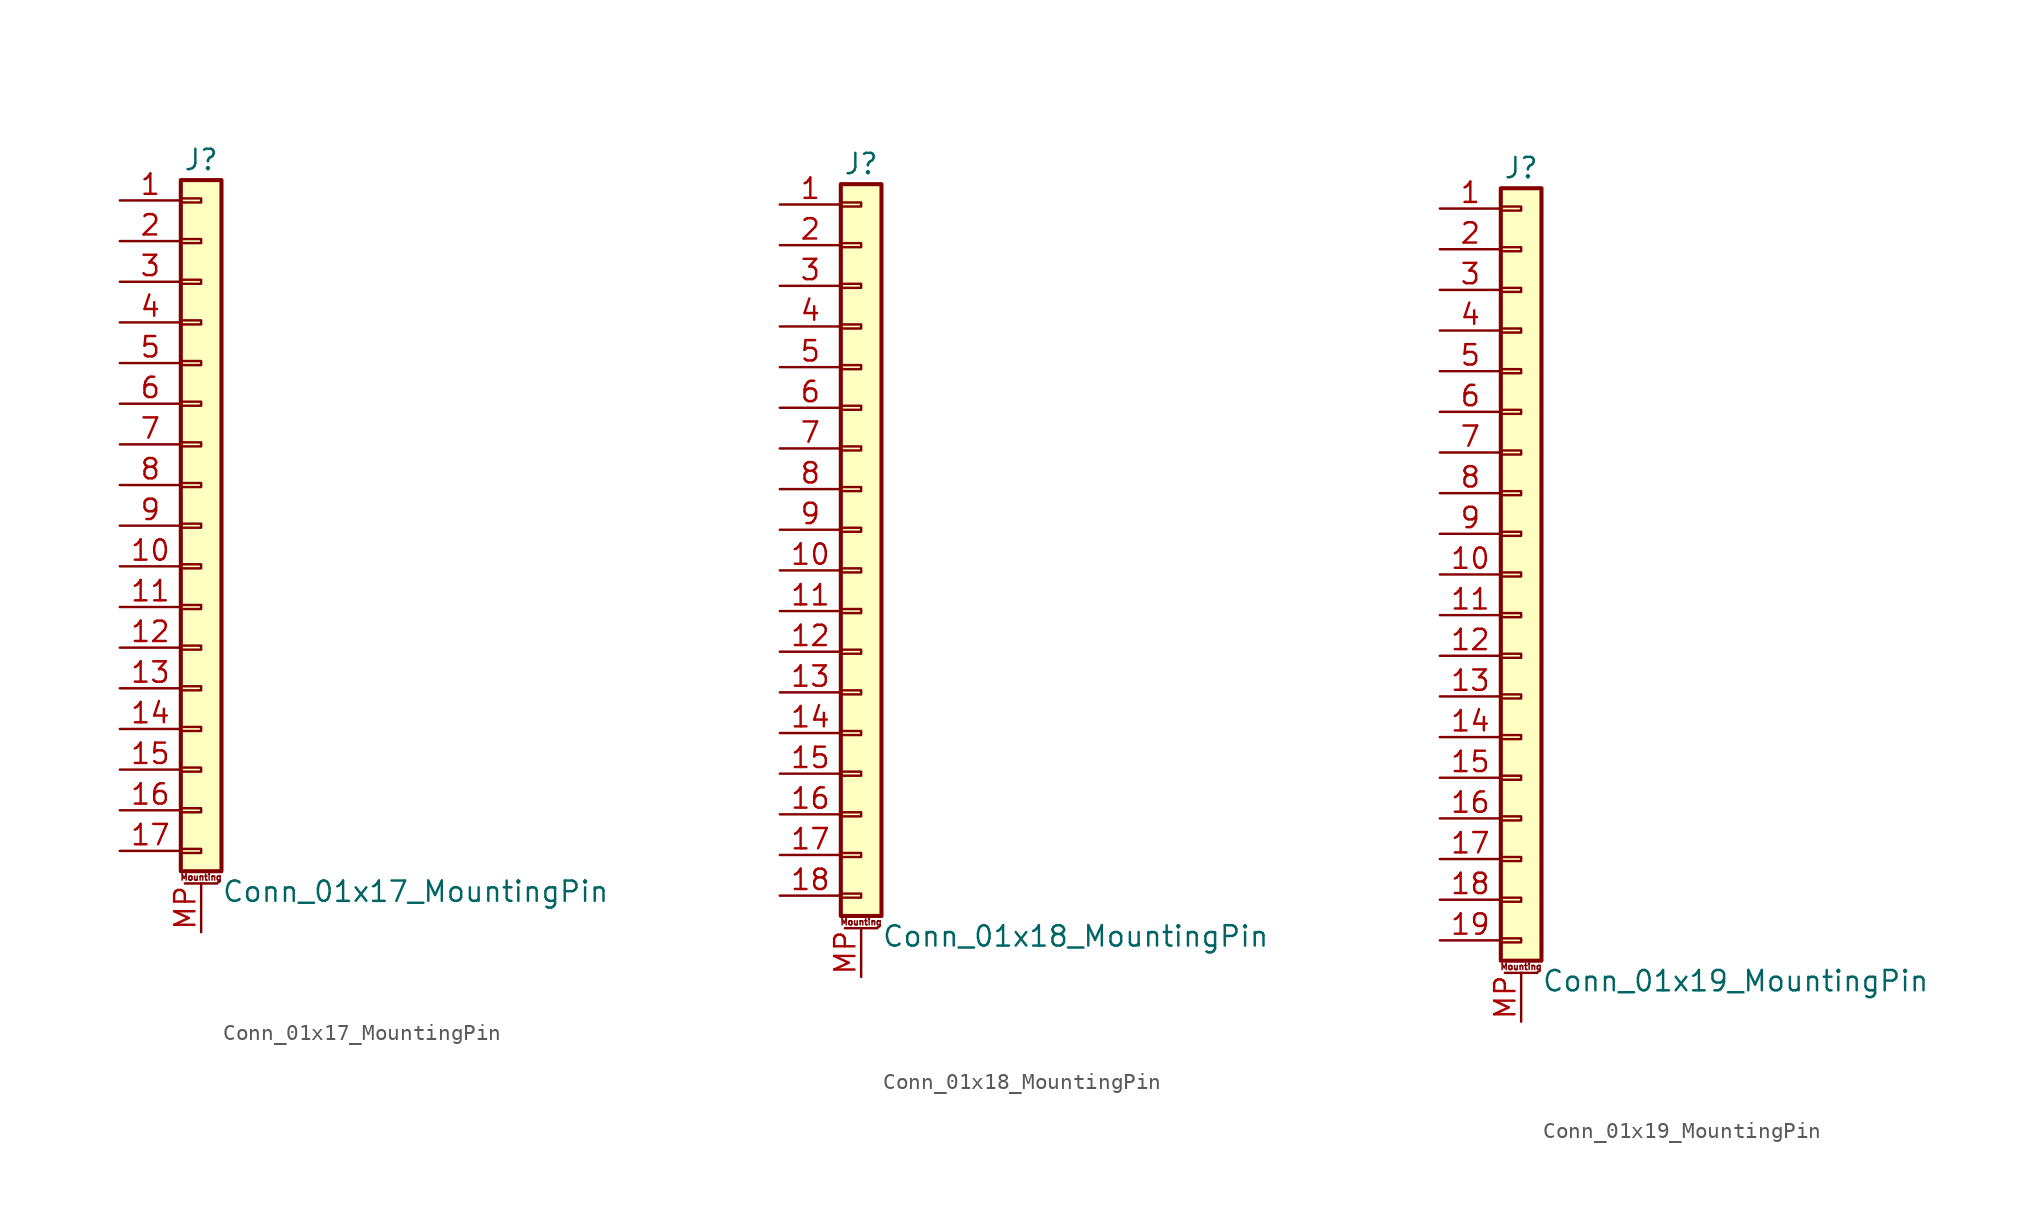
<source format=kicad_sym>
(kicad_symbol_lib
  (version 20201005)
  (generator kicad_symbol_editor)
  (symbol "Conn_01x17_MountingPin"
    (pin_names
      (offset 1.016) hide)
    (property "Reference" "J"
      (at 0 22.86 0)
      (effects (font (size 1.27 1.27))))
    (property "Value" "Conn_01x17_MountingPin"
      (at 1.27 -22.86 0)
      (effects (font (size 1.27 1.27)) (justify left)))
    (symbol "Conn_01x17_MountingPin_1_1"
      (text "Mounting" (at 0 -21.971 0) (effects (font (size 0.381 0.381))))
      (rectangle (start -1.27 -20.193) (end 0 -20.447) (stroke (width 0.152)) (fill (type none)))
      (rectangle (start -1.27 -17.653) (end 0 -17.907) (stroke (width 0.152)) (fill (type none)))
      (rectangle (start -1.27 -15.113) (end 0 -15.367) (stroke (width 0.152)) (fill (type none)))
      (rectangle (start -1.27 -12.573) (end 0 -12.827) (stroke (width 0.152)) (fill (type none)))
      (rectangle (start -1.27 -10.033) (end 0 -10.287) (stroke (width 0.152)) (fill (type none)))
      (rectangle (start -1.27 -7.493) (end 0 -7.747) (stroke (width 0.152)) (fill (type none)))
      (rectangle (start -1.27 -4.953) (end 0 -5.207) (stroke (width 0.152)) (fill (type none)))
      (rectangle (start -1.27 -2.413) (end 0 -2.667) (stroke (width 0.152)) (fill (type none)))
      (rectangle (start -1.27 0.127) (end 0 -0.127) (stroke (width 0.152)) (fill (type none)))
      (rectangle (start -1.27 2.667) (end 0 2.413) (stroke (width 0.152)) (fill (type none)))
      (rectangle (start -1.27 5.207) (end 0 4.953) (stroke (width 0.152)) (fill (type none)))
      (rectangle (start -1.27 7.747) (end 0 7.493) (stroke (width 0.152)) (fill (type none)))
      (rectangle (start -1.27 10.287) (end 0 10.033) (stroke (width 0.152)) (fill (type none)))
      (rectangle (start -1.27 12.827) (end 0 12.573) (stroke (width 0.152)) (fill (type none)))
      (rectangle (start -1.27 15.367) (end 0 15.113) (stroke (width 0.152)) (fill (type none)))
      (rectangle (start -1.27 17.907) (end 0 17.653) (stroke (width 0.152)) (fill (type none)))
      (rectangle (start -1.27 20.447) (end 0 20.193) (stroke (width 0.152)) (fill (type none)))
      (rectangle (start -1.27 21.59) (end 1.27 -21.59) (stroke (width 0.254)) (fill (type background)))
      (polyline (pts (xy -1.016 -22.352) (xy 1.016 -22.352)) (stroke (width 0.152)) (fill (type none)))
      (pin passive line (at -5.08 20.32 0) (length 3.81) (name "Pin_1" (effects (font (size 1.27 1.27)))) (number "1" (effects (font (size 1.27 1.27)))))
      (pin passive line (at -5.08 -2.54 0) (length 3.81) (name "Pin_10" (effects (font (size 1.27 1.27)))) (number "10" (effects (font (size 1.27 1.27)))))
      (pin passive line (at -5.08 -5.08 0) (length 3.81) (name "Pin_11" (effects (font (size 1.27 1.27)))) (number "11" (effects (font (size 1.27 1.27)))))
      (pin passive line (at -5.08 -7.62 0) (length 3.81) (name "Pin_12" (effects (font (size 1.27 1.27)))) (number "12" (effects (font (size 1.27 1.27)))))
      (pin passive line (at -5.08 -10.16 0) (length 3.81) (name "Pin_13" (effects (font (size 1.27 1.27)))) (number "13" (effects (font (size 1.27 1.27)))))
      (pin passive line (at -5.08 -12.7 0) (length 3.81) (name "Pin_14" (effects (font (size 1.27 1.27)))) (number "14" (effects (font (size 1.27 1.27)))))
      (pin passive line (at -5.08 -15.24 0) (length 3.81) (name "Pin_15" (effects (font (size 1.27 1.27)))) (number "15" (effects (font (size 1.27 1.27)))))
      (pin passive line (at -5.08 -17.78 0) (length 3.81) (name "Pin_16" (effects (font (size 1.27 1.27)))) (number "16" (effects (font (size 1.27 1.27)))))
      (pin passive line (at -5.08 -20.32 0) (length 3.81) (name "Pin_17" (effects (font (size 1.27 1.27)))) (number "17" (effects (font (size 1.27 1.27)))))
      (pin passive line (at -5.08 17.78 0) (length 3.81) (name "Pin_2" (effects (font (size 1.27 1.27)))) (number "2" (effects (font (size 1.27 1.27)))))
      (pin passive line (at -5.08 15.24 0) (length 3.81) (name "Pin_3" (effects (font (size 1.27 1.27)))) (number "3" (effects (font (size 1.27 1.27)))))
      (pin passive line (at -5.08 12.7 0) (length 3.81) (name "Pin_4" (effects (font (size 1.27 1.27)))) (number "4" (effects (font (size 1.27 1.27)))))
      (pin passive line (at -5.08 10.16 0) (length 3.81) (name "Pin_5" (effects (font (size 1.27 1.27)))) (number "5" (effects (font (size 1.27 1.27)))))
      (pin passive line (at -5.08 7.62 0) (length 3.81) (name "Pin_6" (effects (font (size 1.27 1.27)))) (number "6" (effects (font (size 1.27 1.27)))))
      (pin passive line (at -5.08 5.08 0) (length 3.81) (name "Pin_7" (effects (font (size 1.27 1.27)))) (number "7" (effects (font (size 1.27 1.27)))))
      (pin passive line (at -5.08 2.54 0) (length 3.81) (name "Pin_8" (effects (font (size 1.27 1.27)))) (number "8" (effects (font (size 1.27 1.27)))))
      (pin passive line (at -5.08 0 0) (length 3.81) (name "Pin_9" (effects (font (size 1.27 1.27)))) (number "9" (effects (font (size 1.27 1.27)))))
      (pin passive line (at 0 -25.4 90) (length 3.048) (name "MountPin" (effects (font (size 1.27 1.27)))) (number "MP" (effects (font (size 1.27 1.27)))))))
  (symbol "Conn_01x18_MountingPin"
    (pin_names
      (offset 1.016) hide)
    (property "Reference" "J"
      (at 0 22.86 0)
      (effects (font (size 1.27 1.27))))
    (property "Value" "Conn_01x18_MountingPin"
      (at 1.27 -25.4 0)
      (effects (font (size 1.27 1.27)) (justify left)))
    (symbol "Conn_01x18_MountingPin_1_1"
      (text "Mounting" (at 0 -24.511 0) (effects (font (size 0.381 0.381))))
      (rectangle (start -1.27 -22.733) (end 0 -22.987) (stroke (width 0.152)) (fill (type none)))
      (rectangle (start -1.27 -20.193) (end 0 -20.447) (stroke (width 0.152)) (fill (type none)))
      (rectangle (start -1.27 -17.653) (end 0 -17.907) (stroke (width 0.152)) (fill (type none)))
      (rectangle (start -1.27 -15.113) (end 0 -15.367) (stroke (width 0.152)) (fill (type none)))
      (rectangle (start -1.27 -12.573) (end 0 -12.827) (stroke (width 0.152)) (fill (type none)))
      (rectangle (start -1.27 -10.033) (end 0 -10.287) (stroke (width 0.152)) (fill (type none)))
      (rectangle (start -1.27 -7.493) (end 0 -7.747) (stroke (width 0.152)) (fill (type none)))
      (rectangle (start -1.27 -4.953) (end 0 -5.207) (stroke (width 0.152)) (fill (type none)))
      (rectangle (start -1.27 -2.413) (end 0 -2.667) (stroke (width 0.152)) (fill (type none)))
      (rectangle (start -1.27 0.127) (end 0 -0.127) (stroke (width 0.152)) (fill (type none)))
      (rectangle (start -1.27 2.667) (end 0 2.413) (stroke (width 0.152)) (fill (type none)))
      (rectangle (start -1.27 5.207) (end 0 4.953) (stroke (width 0.152)) (fill (type none)))
      (rectangle (start -1.27 7.747) (end 0 7.493) (stroke (width 0.152)) (fill (type none)))
      (rectangle (start -1.27 10.287) (end 0 10.033) (stroke (width 0.152)) (fill (type none)))
      (rectangle (start -1.27 12.827) (end 0 12.573) (stroke (width 0.152)) (fill (type none)))
      (rectangle (start -1.27 15.367) (end 0 15.113) (stroke (width 0.152)) (fill (type none)))
      (rectangle (start -1.27 17.907) (end 0 17.653) (stroke (width 0.152)) (fill (type none)))
      (rectangle (start -1.27 20.447) (end 0 20.193) (stroke (width 0.152)) (fill (type none)))
      (rectangle (start -1.27 21.59) (end 1.27 -24.13) (stroke (width 0.254)) (fill (type background)))
      (polyline (pts (xy -1.016 -24.892) (xy 1.016 -24.892)) (stroke (width 0.152)) (fill (type none)))
      (pin passive line (at -5.08 20.32 0) (length 3.81) (name "Pin_1" (effects (font (size 1.27 1.27)))) (number "1" (effects (font (size 1.27 1.27)))))
      (pin passive line (at -5.08 -2.54 0) (length 3.81) (name "Pin_10" (effects (font (size 1.27 1.27)))) (number "10" (effects (font (size 1.27 1.27)))))
      (pin passive line (at -5.08 -5.08 0) (length 3.81) (name "Pin_11" (effects (font (size 1.27 1.27)))) (number "11" (effects (font (size 1.27 1.27)))))
      (pin passive line (at -5.08 -7.62 0) (length 3.81) (name "Pin_12" (effects (font (size 1.27 1.27)))) (number "12" (effects (font (size 1.27 1.27)))))
      (pin passive line (at -5.08 -10.16 0) (length 3.81) (name "Pin_13" (effects (font (size 1.27 1.27)))) (number "13" (effects (font (size 1.27 1.27)))))
      (pin passive line (at -5.08 -12.7 0) (length 3.81) (name "Pin_14" (effects (font (size 1.27 1.27)))) (number "14" (effects (font (size 1.27 1.27)))))
      (pin passive line (at -5.08 -15.24 0) (length 3.81) (name "Pin_15" (effects (font (size 1.27 1.27)))) (number "15" (effects (font (size 1.27 1.27)))))
      (pin passive line (at -5.08 -17.78 0) (length 3.81) (name "Pin_16" (effects (font (size 1.27 1.27)))) (number "16" (effects (font (size 1.27 1.27)))))
      (pin passive line (at -5.08 -20.32 0) (length 3.81) (name "Pin_17" (effects (font (size 1.27 1.27)))) (number "17" (effects (font (size 1.27 1.27)))))
      (pin passive line (at -5.08 -22.86 0) (length 3.81) (name "Pin_18" (effects (font (size 1.27 1.27)))) (number "18" (effects (font (size 1.27 1.27)))))
      (pin passive line (at -5.08 17.78 0) (length 3.81) (name "Pin_2" (effects (font (size 1.27 1.27)))) (number "2" (effects (font (size 1.27 1.27)))))
      (pin passive line (at -5.08 15.24 0) (length 3.81) (name "Pin_3" (effects (font (size 1.27 1.27)))) (number "3" (effects (font (size 1.27 1.27)))))
      (pin passive line (at -5.08 12.7 0) (length 3.81) (name "Pin_4" (effects (font (size 1.27 1.27)))) (number "4" (effects (font (size 1.27 1.27)))))
      (pin passive line (at -5.08 10.16 0) (length 3.81) (name "Pin_5" (effects (font (size 1.27 1.27)))) (number "5" (effects (font (size 1.27 1.27)))))
      (pin passive line (at -5.08 7.62 0) (length 3.81) (name "Pin_6" (effects (font (size 1.27 1.27)))) (number "6" (effects (font (size 1.27 1.27)))))
      (pin passive line (at -5.08 5.08 0) (length 3.81) (name "Pin_7" (effects (font (size 1.27 1.27)))) (number "7" (effects (font (size 1.27 1.27)))))
      (pin passive line (at -5.08 2.54 0) (length 3.81) (name "Pin_8" (effects (font (size 1.27 1.27)))) (number "8" (effects (font (size 1.27 1.27)))))
      (pin passive line (at -5.08 0 0) (length 3.81) (name "Pin_9" (effects (font (size 1.27 1.27)))) (number "9" (effects (font (size 1.27 1.27)))))
      (pin passive line (at 0 -27.94 90) (length 3.048) (name "MountPin" (effects (font (size 1.27 1.27)))) (number "MP" (effects (font (size 1.27 1.27)))))))
  (symbol "Conn_01x19_MountingPin"
    (pin_names
      (offset 1.016) hide)
    (property "Reference" "J"
      (at 0 25.4 0)
      (effects (font (size 1.27 1.27))))
    (property "Value" "Conn_01x19_MountingPin"
      (at 1.27 -25.4 0)
      (effects (font (size 1.27 1.27)) (justify left)))
    (symbol "Conn_01x19_MountingPin_1_1"
      (text "Mounting" (at 0 -24.511 0) (effects (font (size 0.381 0.381))))
      (rectangle (start -1.27 -22.733) (end 0 -22.987) (stroke (width 0.152)) (fill (type none)))
      (rectangle (start -1.27 -20.193) (end 0 -20.447) (stroke (width 0.152)) (fill (type none)))
      (rectangle (start -1.27 -17.653) (end 0 -17.907) (stroke (width 0.152)) (fill (type none)))
      (rectangle (start -1.27 -15.113) (end 0 -15.367) (stroke (width 0.152)) (fill (type none)))
      (rectangle (start -1.27 -12.573) (end 0 -12.827) (stroke (width 0.152)) (fill (type none)))
      (rectangle (start -1.27 -10.033) (end 0 -10.287) (stroke (width 0.152)) (fill (type none)))
      (rectangle (start -1.27 -7.493) (end 0 -7.747) (stroke (width 0.152)) (fill (type none)))
      (rectangle (start -1.27 -4.953) (end 0 -5.207) (stroke (width 0.152)) (fill (type none)))
      (rectangle (start -1.27 -2.413) (end 0 -2.667) (stroke (width 0.152)) (fill (type none)))
      (rectangle (start -1.27 0.127) (end 0 -0.127) (stroke (width 0.152)) (fill (type none)))
      (rectangle (start -1.27 2.667) (end 0 2.413) (stroke (width 0.152)) (fill (type none)))
      (rectangle (start -1.27 5.207) (end 0 4.953) (stroke (width 0.152)) (fill (type none)))
      (rectangle (start -1.27 7.747) (end 0 7.493) (stroke (width 0.152)) (fill (type none)))
      (rectangle (start -1.27 10.287) (end 0 10.033) (stroke (width 0.152)) (fill (type none)))
      (rectangle (start -1.27 12.827) (end 0 12.573) (stroke (width 0.152)) (fill (type none)))
      (rectangle (start -1.27 15.367) (end 0 15.113) (stroke (width 0.152)) (fill (type none)))
      (rectangle (start -1.27 17.907) (end 0 17.653) (stroke (width 0.152)) (fill (type none)))
      (rectangle (start -1.27 20.447) (end 0 20.193) (stroke (width 0.152)) (fill (type none)))
      (rectangle (start -1.27 22.987) (end 0 22.733) (stroke (width 0.152)) (fill (type none)))
      (rectangle (start -1.27 24.13) (end 1.27 -24.13) (stroke (width 0.254)) (fill (type background)))
      (polyline (pts (xy -1.016 -24.892) (xy 1.016 -24.892)) (stroke (width 0.152)) (fill (type none)))
      (pin passive line (at -5.08 22.86 0) (length 3.81) (name "Pin_1" (effects (font (size 1.27 1.27)))) (number "1" (effects (font (size 1.27 1.27)))))
      (pin passive line (at -5.08 0 0) (length 3.81) (name "Pin_10" (effects (font (size 1.27 1.27)))) (number "10" (effects (font (size 1.27 1.27)))))
      (pin passive line (at -5.08 -2.54 0) (length 3.81) (name "Pin_11" (effects (font (size 1.27 1.27)))) (number "11" (effects (font (size 1.27 1.27)))))
      (pin passive line (at -5.08 -5.08 0) (length 3.81) (name "Pin_12" (effects (font (size 1.27 1.27)))) (number "12" (effects (font (size 1.27 1.27)))))
      (pin passive line (at -5.08 -7.62 0) (length 3.81) (name "Pin_13" (effects (font (size 1.27 1.27)))) (number "13" (effects (font (size 1.27 1.27)))))
      (pin passive line (at -5.08 -10.16 0) (length 3.81) (name "Pin_14" (effects (font (size 1.27 1.27)))) (number "14" (effects (font (size 1.27 1.27)))))
      (pin passive line (at -5.08 -12.7 0) (length 3.81) (name "Pin_15" (effects (font (size 1.27 1.27)))) (number "15" (effects (font (size 1.27 1.27)))))
      (pin passive line (at -5.08 -15.24 0) (length 3.81) (name "Pin_16" (effects (font (size 1.27 1.27)))) (number "16" (effects (font (size 1.27 1.27)))))
      (pin passive line (at -5.08 -17.78 0) (length 3.81) (name "Pin_17" (effects (font (size 1.27 1.27)))) (number "17" (effects (font (size 1.27 1.27)))))
      (pin passive line (at -5.08 -20.32 0) (length 3.81) (name "Pin_18" (effects (font (size 1.27 1.27)))) (number "18" (effects (font (size 1.27 1.27)))))
      (pin passive line (at -5.08 -22.86 0) (length 3.81) (name "Pin_19" (effects (font (size 1.27 1.27)))) (number "19" (effects (font (size 1.27 1.27)))))
      (pin passive line (at -5.08 20.32 0) (length 3.81) (name "Pin_2" (effects (font (size 1.27 1.27)))) (number "2" (effects (font (size 1.27 1.27)))))
      (pin passive line (at -5.08 17.78 0) (length 3.81) (name "Pin_3" (effects (font (size 1.27 1.27)))) (number "3" (effects (font (size 1.27 1.27)))))
      (pin passive line (at -5.08 15.24 0) (length 3.81) (name "Pin_4" (effects (font (size 1.27 1.27)))) (number "4" (effects (font (size 1.27 1.27)))))
      (pin passive line (at -5.08 12.7 0) (length 3.81) (name "Pin_5" (effects (font (size 1.27 1.27)))) (number "5" (effects (font (size 1.27 1.27)))))
      (pin passive line (at -5.08 10.16 0) (length 3.81) (name "Pin_6" (effects (font (size 1.27 1.27)))) (number "6" (effects (font (size 1.27 1.27)))))
      (pin passive line (at -5.08 7.62 0) (length 3.81) (name "Pin_7" (effects (font (size 1.27 1.27)))) (number "7" (effects (font (size 1.27 1.27)))))
      (pin passive line (at -5.08 5.08 0) (length 3.81) (name "Pin_8" (effects (font (size 1.27 1.27)))) (number "8" (effects (font (size 1.27 1.27)))))
      (pin passive line (at -5.08 2.54 0) (length 3.81) (name "Pin_9" (effects (font (size 1.27 1.27)))) (number "9" (effects (font (size 1.27 1.27)))))
      (pin passive line (at 0 -27.94 90) (length 3.048) (name "MountPin" (effects (font (size 1.27 1.27)))) (number "MP" (effects (font (size 1.27 1.27))))))))
</source>
